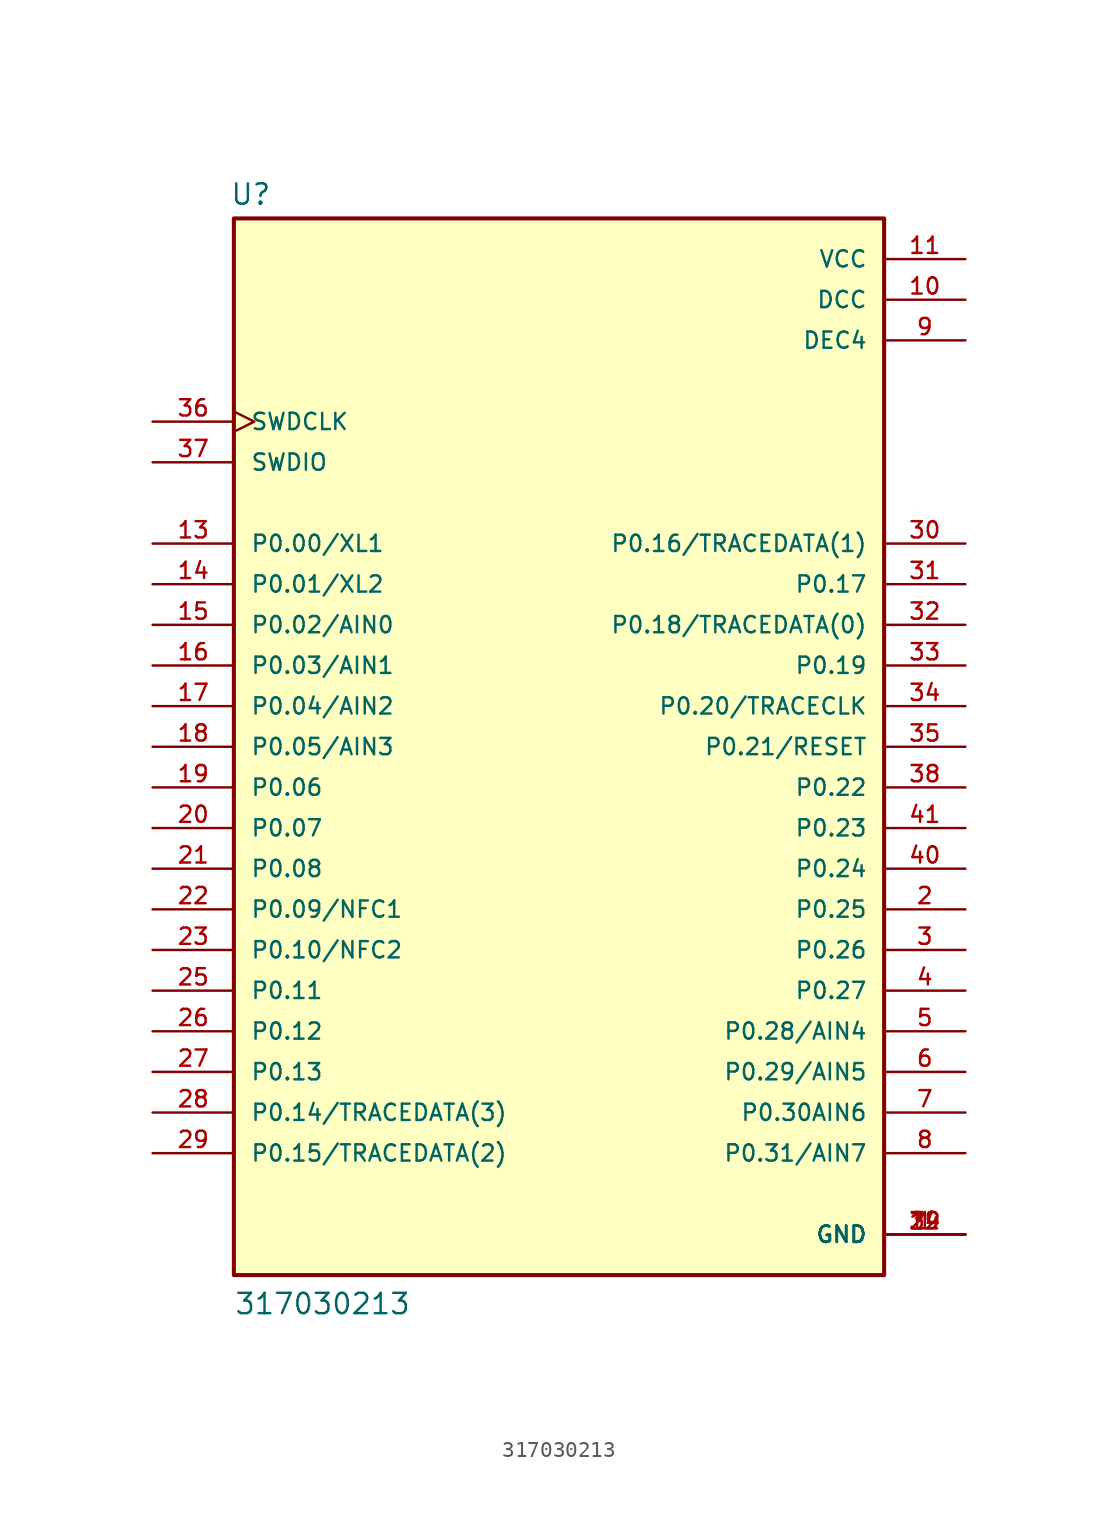
<source format=kicad_sym>
(kicad_symbol_lib
  (version 20211014)
  (generator kicad_symbol_editor)
  (symbol "317030213"
    (pin_names
      (offset 1.016))
    (property "Reference" "U"
      (at -20.574 33.782 0)
      (effects (font (size 1.27 1.27)) (justify left bottom)))
    (property "Value" "317030213"
      (at -20.32 -35.56 0)
      (effects (font (size 1.27 1.27)) (justify left bottom)))
    (property "ki_locked" ""
      (at 0 0 0)
      (effects (font (size 1.27 1.27))))
    (symbol "317030213_0_0"
      (rectangle (start -20.32 -33.02) (end 20.32 33.02) (stroke (width 0.254) (type default) (color 0 0 0 0)) (fill (type background)))
      (pin power_in line (at 25.4 -30.48 180) (length 5.08) (name "GND" (effects (font (size 1.016 1.016)))) (number "1" (effects (font (size 1.016 1.016)))))
      (pin power_in line (at 25.4 27.94 180) (length 5.08) (name "DCC" (effects (font (size 1.016 1.016)))) (number "10" (effects (font (size 1.016 1.016)))))
      (pin power_in line (at 25.4 30.48 180) (length 5.08) (name "VCC" (effects (font (size 1.016 1.016)))) (number "11" (effects (font (size 1.016 1.016)))))
      (pin power_in line (at 25.4 -30.48 180) (length 5.08) (name "GND" (effects (font (size 1.016 1.016)))) (number "12" (effects (font (size 1.016 1.016)))))
      (pin bidirectional line (at -25.4 12.7 0) (length 5.08) (name "P0.00/XL1" (effects (font (size 1.016 1.016)))) (number "13" (effects (font (size 1.016 1.016)))))
      (pin bidirectional line (at -25.4 10.16 0) (length 5.08) (name "P0.01/XL2" (effects (font (size 1.016 1.016)))) (number "14" (effects (font (size 1.016 1.016)))))
      (pin bidirectional line (at -25.4 7.62 0) (length 5.08) (name "P0.02/AIN0" (effects (font (size 1.016 1.016)))) (number "15" (effects (font (size 1.016 1.016)))))
      (pin bidirectional line (at -25.4 5.08 0) (length 5.08) (name "P0.03/AIN1" (effects (font (size 1.016 1.016)))) (number "16" (effects (font (size 1.016 1.016)))))
      (pin bidirectional line (at -25.4 2.54 0) (length 5.08) (name "P0.04/AIN2" (effects (font (size 1.016 1.016)))) (number "17" (effects (font (size 1.016 1.016)))))
      (pin bidirectional line (at -25.4 0 0) (length 5.08) (name "P0.05/AIN3" (effects (font (size 1.016 1.016)))) (number "18" (effects (font (size 1.016 1.016)))))
      (pin bidirectional line (at -25.4 -2.54 0) (length 5.08) (name "P0.06" (effects (font (size 1.016 1.016)))) (number "19" (effects (font (size 1.016 1.016)))))
      (pin bidirectional line (at 25.4 -10.16 180) (length 5.08) (name "P0.25" (effects (font (size 1.016 1.016)))) (number "2" (effects (font (size 1.016 1.016)))))
      (pin bidirectional line (at -25.4 -5.08 0) (length 5.08) (name "P0.07" (effects (font (size 1.016 1.016)))) (number "20" (effects (font (size 1.016 1.016)))))
      (pin bidirectional line (at -25.4 -7.62 0) (length 5.08) (name "P0.08" (effects (font (size 1.016 1.016)))) (number "21" (effects (font (size 1.016 1.016)))))
      (pin bidirectional line (at -25.4 -10.16 0) (length 5.08) (name "P0.09/NFC1" (effects (font (size 1.016 1.016)))) (number "22" (effects (font (size 1.016 1.016)))))
      (pin bidirectional line (at -25.4 -12.7 0) (length 5.08) (name "P0.10/NFC2" (effects (font (size 1.016 1.016)))) (number "23" (effects (font (size 1.016 1.016)))))
      (pin power_in line (at 25.4 -30.48 180) (length 5.08) (name "GND" (effects (font (size 1.016 1.016)))) (number "24" (effects (font (size 1.016 1.016)))))
      (pin bidirectional line (at -25.4 -15.24 0) (length 5.08) (name "P0.11" (effects (font (size 1.016 1.016)))) (number "25" (effects (font (size 1.016 1.016)))))
      (pin bidirectional line (at -25.4 -17.78 0) (length 5.08) (name "P0.12" (effects (font (size 1.016 1.016)))) (number "26" (effects (font (size 1.016 1.016)))))
      (pin bidirectional line (at -25.4 -20.32 0) (length 5.08) (name "P0.13" (effects (font (size 1.016 1.016)))) (number "27" (effects (font (size 1.016 1.016)))))
      (pin bidirectional line (at -25.4 -22.86 0) (length 5.08) (name "P0.14/TRACEDATA(3)" (effects (font (size 1.016 1.016)))) (number "28" (effects (font (size 1.016 1.016)))))
      (pin bidirectional line (at -25.4 -25.4 0) (length 5.08) (name "P0.15/TRACEDATA(2)" (effects (font (size 1.016 1.016)))) (number "29" (effects (font (size 1.016 1.016)))))
      (pin bidirectional line (at 25.4 -12.7 180) (length 5.08) (name "P0.26" (effects (font (size 1.016 1.016)))) (number "3" (effects (font (size 1.016 1.016)))))
      (pin bidirectional line (at 25.4 12.7 180) (length 5.08) (name "P0.16/TRACEDATA(1)" (effects (font (size 1.016 1.016)))) (number "30" (effects (font (size 1.016 1.016)))))
      (pin bidirectional line (at 25.4 10.16 180) (length 5.08) (name "P0.17" (effects (font (size 1.016 1.016)))) (number "31" (effects (font (size 1.016 1.016)))))
      (pin bidirectional line (at 25.4 7.62 180) (length 5.08) (name "P0.18/TRACEDATA(0)" (effects (font (size 1.016 1.016)))) (number "32" (effects (font (size 1.016 1.016)))))
      (pin bidirectional line (at 25.4 5.08 180) (length 5.08) (name "P0.19" (effects (font (size 1.016 1.016)))) (number "33" (effects (font (size 1.016 1.016)))))
      (pin bidirectional line (at 25.4 2.54 180) (length 5.08) (name "P0.20/TRACECLK" (effects (font (size 1.016 1.016)))) (number "34" (effects (font (size 1.016 1.016)))))
      (pin bidirectional line (at 25.4 0 180) (length 5.08) (name "P0.21/RESET" (effects (font (size 1.016 1.016)))) (number "35" (effects (font (size 1.016 1.016)))))
      (pin input clock (at -25.4 20.32 0) (length 5.08) (name "SWDCLK" (effects (font (size 1.016 1.016)))) (number "36" (effects (font (size 1.016 1.016)))))
      (pin bidirectional line (at -25.4 17.78 0) (length 5.08) (name "SWDIO" (effects (font (size 1.016 1.016)))) (number "37" (effects (font (size 1.016 1.016)))))
      (pin bidirectional line (at 25.4 -2.54 180) (length 5.08) (name "P0.22" (effects (font (size 1.016 1.016)))) (number "38" (effects (font (size 1.016 1.016)))))
      (pin power_in line (at 25.4 -30.48 180) (length 5.08) (name "GND" (effects (font (size 1.016 1.016)))) (number "39" (effects (font (size 1.016 1.016)))))
      (pin bidirectional line (at 25.4 -15.24 180) (length 5.08) (name "P0.27" (effects (font (size 1.016 1.016)))) (number "4" (effects (font (size 1.016 1.016)))))
      (pin bidirectional line (at 25.4 -7.62 180) (length 5.08) (name "P0.24" (effects (font (size 1.016 1.016)))) (number "40" (effects (font (size 1.016 1.016)))))
      (pin bidirectional line (at 25.4 -5.08 180) (length 5.08) (name "P0.23" (effects (font (size 1.016 1.016)))) (number "41" (effects (font (size 1.016 1.016)))))
      (pin bidirectional line (at 25.4 -17.78 180) (length 5.08) (name "P0.28/AIN4" (effects (font (size 1.016 1.016)))) (number "5" (effects (font (size 1.016 1.016)))))
      (pin bidirectional line (at 25.4 -20.32 180) (length 5.08) (name "P0.29/AIN5" (effects (font (size 1.016 1.016)))) (number "6" (effects (font (size 1.016 1.016)))))
      (pin bidirectional line (at 25.4 -22.86 180) (length 5.08) (name "P0.30AIN6" (effects (font (size 1.016 1.016)))) (number "7" (effects (font (size 1.016 1.016)))))
      (pin bidirectional line (at 25.4 -25.4 180) (length 5.08) (name "P0.31/AIN7" (effects (font (size 1.016 1.016)))) (number "8" (effects (font (size 1.016 1.016)))))
      (pin power_in line (at 25.4 25.4 180) (length 5.08) (name "DEC4" (effects (font (size 1.016 1.016)))) (number "9" (effects (font (size 1.016 1.016))))))))
</source>
